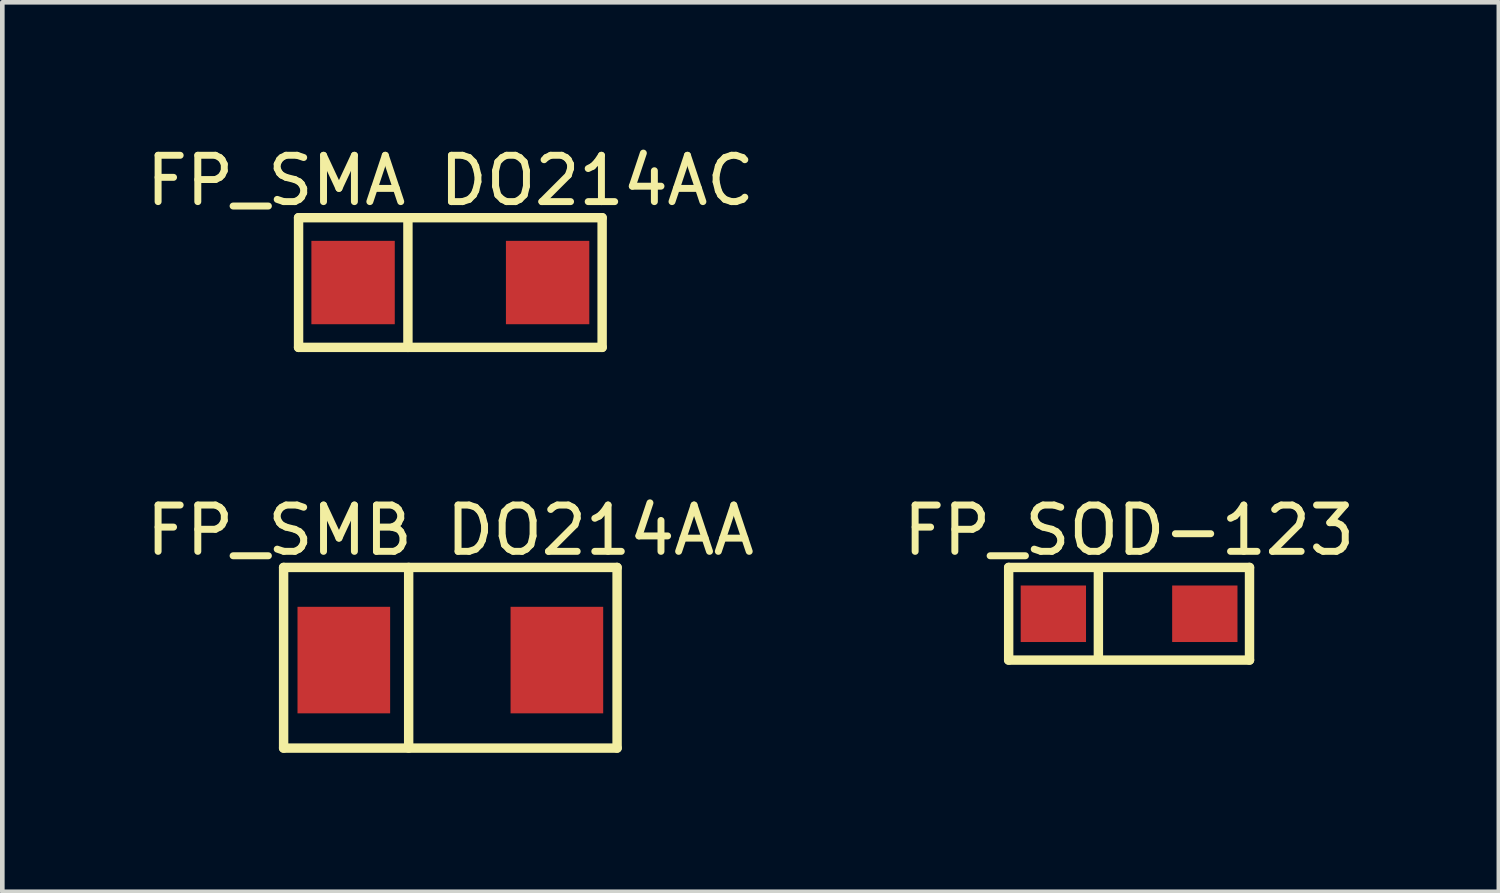
<source format=kicad_pcb>
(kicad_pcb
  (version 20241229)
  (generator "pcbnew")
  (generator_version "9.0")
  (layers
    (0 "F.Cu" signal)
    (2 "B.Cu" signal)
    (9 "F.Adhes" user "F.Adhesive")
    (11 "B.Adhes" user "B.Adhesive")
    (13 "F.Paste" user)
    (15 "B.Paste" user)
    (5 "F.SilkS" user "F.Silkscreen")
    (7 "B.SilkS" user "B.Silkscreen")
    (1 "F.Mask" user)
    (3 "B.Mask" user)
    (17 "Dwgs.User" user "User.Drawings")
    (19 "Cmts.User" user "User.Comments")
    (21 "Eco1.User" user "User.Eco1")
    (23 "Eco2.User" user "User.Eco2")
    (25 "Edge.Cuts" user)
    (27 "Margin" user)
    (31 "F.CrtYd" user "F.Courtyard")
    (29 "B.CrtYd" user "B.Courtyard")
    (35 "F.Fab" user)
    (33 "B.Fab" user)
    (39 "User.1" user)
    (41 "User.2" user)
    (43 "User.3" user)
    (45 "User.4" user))
  (footprint "FP_SMA DO214AC"
    (layer "F.Cu")
    (at 6.673 3.05)
    (property "Reference" "FP_SMA DO214AC" (at 0 -2.202 0) (layer "F.SilkS") (effects (font (size 1 1) (thickness 0.15))))
    (fp_line (start -3.277 -1.4) (end 3.277 -1.4) (stroke (width 0.203) (type solid)) (layer "F.SilkS"))
    (fp_line (start -3.277 1.4) (end -3.277 -1.4) (stroke (width 0.203) (type solid)) (layer "F.SilkS"))
    (fp_line (start -3.277 1.4) (end 3.277 1.4) (stroke (width 0.203) (type solid)) (layer "F.SilkS"))
    (fp_line (start -0.916 1.4) (end -0.916 -1.4) (stroke (width 0.203) (type solid)) (layer "F.SilkS"))
    (fp_line (start 3.277 1.4) (end 3.277 -1.4) (stroke (width 0.203) (type solid)) (layer "F.SilkS"))
    (pad "A" smd rect (at 2.1 0 180) (size 1.8 1.8) (layers "F.Cu" "F.Mask" "F.Paste"))
    (pad "K" smd rect (at -2.1 0 180) (size 1.8 1.8) (layers "F.Cu" "F.Mask" "F.Paste")))
  (footprint "FP_SMB DO214AA"
    (layer "F.Cu")
    (at 6.673 11.201)
    (property "Reference" "FP_SMB DO214AA" (at 0 -2.802 0) (layer "F.SilkS") (effects (font (size 1 1) (thickness 0.15))))
    (fp_line (start -3.6 -2) (end 3.6 -2) (stroke (width 0.203) (type solid)) (layer "F.SilkS"))
    (fp_line (start -3.6 1.9) (end -3.6 -2) (stroke (width 0.203) (type solid)) (layer "F.SilkS"))
    (fp_line (start -3.6 1.9) (end 3.6 1.9) (stroke (width 0.203) (type solid)) (layer "F.SilkS"))
    (fp_line (start -0.9 1.9) (end -0.9 -2) (stroke (width 0.203) (type solid)) (layer "F.SilkS"))
    (fp_line (start 3.6 1.9) (end 3.6 -2) (stroke (width 0.203) (type solid)) (layer "F.SilkS"))
    (pad "A" smd rect (at 2.3 0 180) (size 2 2.3) (layers "F.Cu" "F.Mask" "F.Paste"))
    (pad "K" smd rect (at -2.3 0 180) (size 2 2.3) (layers "F.Cu" "F.Mask" "F.Paste")))
  (footprint "FP_SOD-123"
    (layer "F.Cu")
    (at 21.327 10.201)
    (property "Reference" "FP_SOD-123" (at 0 -1.802 0) (layer "F.SilkS") (effects (font (size 1 1) (thickness 0.15))))
    (fp_line (start -2.6 -1) (end 2.6 -1) (stroke (width 0.203) (type solid)) (layer "F.SilkS"))
    (fp_line (start -2.6 1) (end -2.6 -1) (stroke (width 0.203) (type solid)) (layer "F.SilkS"))
    (fp_line (start -2.6 1) (end 2.6 1) (stroke (width 0.203) (type solid)) (layer "F.SilkS"))
    (fp_line (start -0.663 0.9) (end -0.663 -0.9) (stroke (width 0.203) (type solid)) (layer "F.SilkS"))
    (fp_line (start 2.6 1) (end 2.6 -1) (stroke (width 0.203) (type solid)) (layer "F.SilkS"))
    (pad "A" smd rect (at 1.635 0 180) (size 1.41 1.22) (layers "F.Cu" "F.Mask" "F.Paste"))
    (pad "K" smd rect (at -1.635 0 180) (size 1.41 1.22) (layers "F.Cu" "F.Mask" "F.Paste")))
  (gr_rect
    (start -3 -3)
    (end 29.31 16.203)
    (stroke (width 0.1) (type default))
    (fill no)
    (layer "Edge.Cuts")))
</source>
